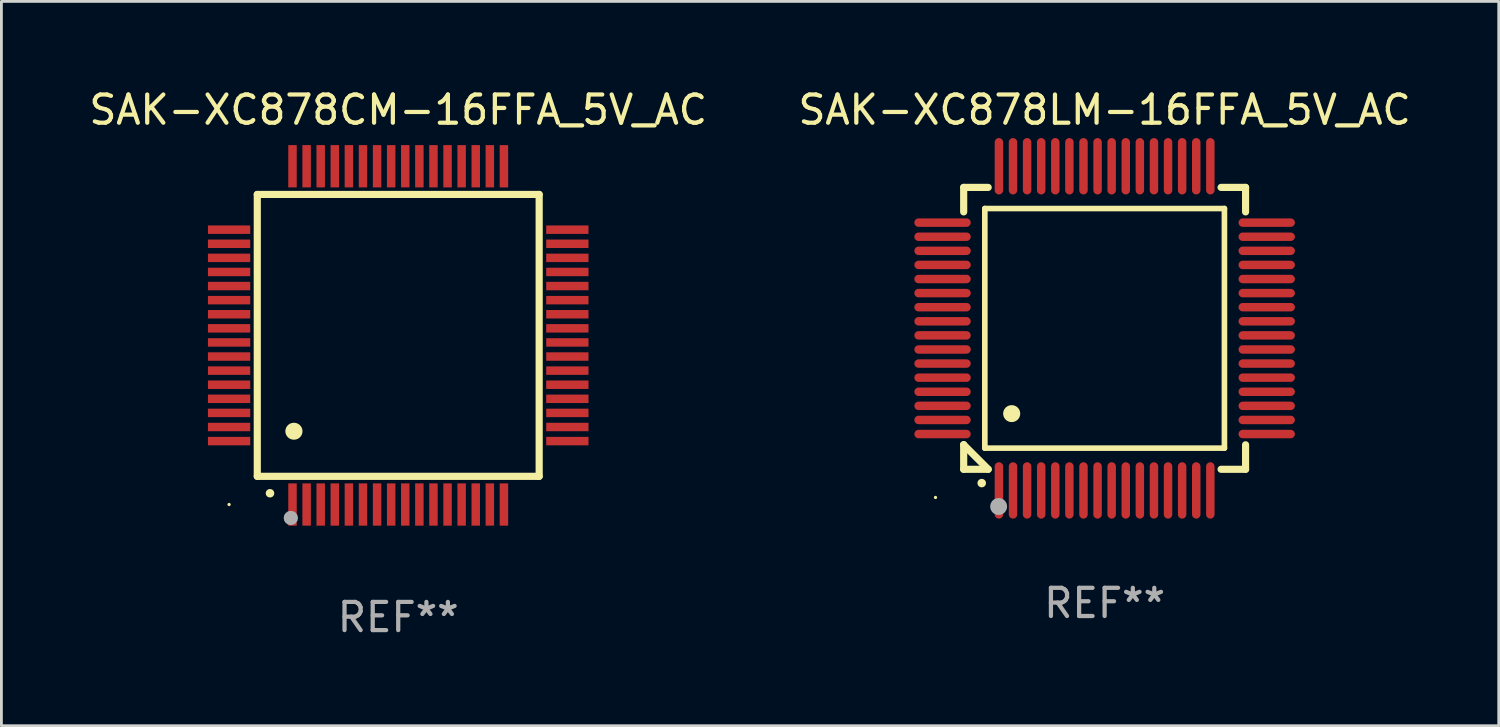
<source format=kicad_pcb>
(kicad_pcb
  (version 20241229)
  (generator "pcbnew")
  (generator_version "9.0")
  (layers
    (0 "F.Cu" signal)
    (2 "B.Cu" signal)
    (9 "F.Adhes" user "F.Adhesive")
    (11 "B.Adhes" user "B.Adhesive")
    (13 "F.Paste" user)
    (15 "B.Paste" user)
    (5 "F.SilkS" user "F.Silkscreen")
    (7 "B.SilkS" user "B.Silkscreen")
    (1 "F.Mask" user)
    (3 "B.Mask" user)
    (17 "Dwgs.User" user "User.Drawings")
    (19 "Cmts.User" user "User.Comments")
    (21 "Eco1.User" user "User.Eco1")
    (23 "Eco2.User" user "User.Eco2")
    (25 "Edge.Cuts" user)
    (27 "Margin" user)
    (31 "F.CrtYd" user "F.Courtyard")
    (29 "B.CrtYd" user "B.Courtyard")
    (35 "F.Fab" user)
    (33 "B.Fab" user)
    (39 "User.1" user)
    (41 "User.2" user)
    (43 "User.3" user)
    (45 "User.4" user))
  (footprint "SAK-XC878CM-16FFA_5V_AC"
    (layer "F.Cu")
    (at 11.077 8.848)
    (property "Reference" "SAK-XC878CM-16FFA_5V_AC" (at 0 -8 0) (layer "F.SilkS") (effects (font (size 1 1) (thickness 0.15))))
    (attr through_hole)
    (fp_line (start -5 -5) (end -5 5) (stroke (width 0.254) (type solid)) (layer "F.SilkS"))
    (fp_line (start -5 -5) (end 5 -5) (stroke (width 0.254) (type solid)) (layer "F.SilkS"))
    (fp_line (start -5 5) (end 5 5) (stroke (width 0.254) (type solid)) (layer "F.SilkS"))
    (fp_line (start 5 -5) (end 5 5) (stroke (width 0.254) (type solid)) (layer "F.SilkS"))
    (fp_arc (start -4.549987 5.6) (mid -4.548717 5.599995) (end -4.547447 5.6) (stroke (width 0.3) (type solid)) (layer "F.SilkS"))
    (fp_arc (start -3.703835 3.400076) (mid -3.700025 3.400052) (end -3.696215 3.400076) (stroke (width 0.6) (type solid)) (layer "F.SilkS"))
    (fp_circle (center -6 6) (end -5.97 6) (stroke (width 0.06) (type solid)) (fill no) (layer "F.SilkS"))
    (fp_circle (center -3.81 6.477) (end -3.683 6.477) (stroke (width 0.254) (type solid)) (fill no) (layer "F.Fab"))
    (fp_text user "REF**" (at 0 10 0) (layer "F.Fab") (effects (font (size 1 1) (thickness 0.15))))
    (pad "1" smd rect (at -3.75 6 180) (size 0.3 1.5) (layers "F.Cu" "F.Mask" "F.Paste"))
    (pad "2" smd rect (at -3.25 6 180) (size 0.3 1.5) (layers "F.Cu" "F.Mask" "F.Paste"))
    (pad "3" smd rect (at -2.75 6 180) (size 0.3 1.5) (layers "F.Cu" "F.Mask" "F.Paste"))
    (pad "4" smd rect (at -2.25 6 180) (size 0.3 1.5) (layers "F.Cu" "F.Mask" "F.Paste"))
    (pad "5" smd rect (at -1.75 6 180) (size 0.3 1.5) (layers "F.Cu" "F.Mask" "F.Paste"))
    (pad "6" smd rect (at -1.25 6 180) (size 0.3 1.5) (layers "F.Cu" "F.Mask" "F.Paste"))
    (pad "7" smd rect (at -0.75 6 180) (size 0.3 1.5) (layers "F.Cu" "F.Mask" "F.Paste"))
    (pad "8" smd rect (at -0.25 6 180) (size 0.3 1.5) (layers "F.Cu" "F.Mask" "F.Paste"))
    (pad "9" smd rect (at 0.25 6 180) (size 0.3 1.5) (layers "F.Cu" "F.Mask" "F.Paste"))
    (pad "10" smd rect (at 0.75 6 180) (size 0.3 1.5) (layers "F.Cu" "F.Mask" "F.Paste"))
    (pad "11" smd rect (at 1.25 6 180) (size 0.3 1.5) (layers "F.Cu" "F.Mask" "F.Paste"))
    (pad "12" smd rect (at 1.75 6 180) (size 0.3 1.5) (layers "F.Cu" "F.Mask" "F.Paste"))
    (pad "13" smd rect (at 2.25 6 180) (size 0.3 1.5) (layers "F.Cu" "F.Mask" "F.Paste"))
    (pad "14" smd rect (at 2.75 6 180) (size 0.3 1.5) (layers "F.Cu" "F.Mask" "F.Paste"))
    (pad "15" smd rect (at 3.25 6 180) (size 0.3 1.5) (layers "F.Cu" "F.Mask" "F.Paste"))
    (pad "16" smd rect (at 3.75 6 180) (size 0.3 1.5) (layers "F.Cu" "F.Mask" "F.Paste"))
    (pad "17" smd rect (at 6 3.75 90) (size 0.3 1.5) (layers "F.Cu" "F.Mask" "F.Paste"))
    (pad "18" smd rect (at 6 3.25 90) (size 0.3 1.5) (layers "F.Cu" "F.Mask" "F.Paste"))
    (pad "19" smd rect (at 6 2.75 90) (size 0.3 1.5) (layers "F.Cu" "F.Mask" "F.Paste"))
    (pad "20" smd rect (at 6 2.25 90) (size 0.3 1.5) (layers "F.Cu" "F.Mask" "F.Paste"))
    (pad "21" smd rect (at 6 1.75 90) (size 0.3 1.5) (layers "F.Cu" "F.Mask" "F.Paste"))
    (pad "22" smd rect (at 6 1.25 90) (size 0.3 1.5) (layers "F.Cu" "F.Mask" "F.Paste"))
    (pad "23" smd rect (at 6 0.75 90) (size 0.3 1.5) (layers "F.Cu" "F.Mask" "F.Paste"))
    (pad "24" smd rect (at 6 0.25 90) (size 0.3 1.5) (layers "F.Cu" "F.Mask" "F.Paste"))
    (pad "25" smd rect (at 6 -0.25 90) (size 0.3 1.5) (layers "F.Cu" "F.Mask" "F.Paste"))
    (pad "26" smd rect (at 6 -0.75 90) (size 0.3 1.5) (layers "F.Cu" "F.Mask" "F.Paste"))
    (pad "27" smd rect (at 6 -1.25 90) (size 0.3 1.5) (layers "F.Cu" "F.Mask" "F.Paste"))
    (pad "28" smd rect (at 6 -1.75 90) (size 0.3 1.5) (layers "F.Cu" "F.Mask" "F.Paste"))
    (pad "29" smd rect (at 6 -2.25 90) (size 0.3 1.5) (layers "F.Cu" "F.Mask" "F.Paste"))
    (pad "30" smd rect (at 6 -2.75 90) (size 0.3 1.5) (layers "F.Cu" "F.Mask" "F.Paste"))
    (pad "31" smd rect (at 6 -3.25 90) (size 0.3 1.5) (layers "F.Cu" "F.Mask" "F.Paste"))
    (pad "32" smd rect (at 6 -3.75 90) (size 0.3 1.5) (layers "F.Cu" "F.Mask" "F.Paste"))
    (pad "33" smd rect (at 3.75 -6 180) (size 0.3 1.5) (layers "F.Cu" "F.Mask" "F.Paste"))
    (pad "34" smd rect (at 3.25 -6 180) (size 0.3 1.5) (layers "F.Cu" "F.Mask" "F.Paste"))
    (pad "35" smd rect (at 2.75 -6 180) (size 0.3 1.5) (layers "F.Cu" "F.Mask" "F.Paste"))
    (pad "36" smd rect (at 2.25 -6 180) (size 0.3 1.5) (layers "F.Cu" "F.Mask" "F.Paste"))
    (pad "37" smd rect (at 1.75 -6 180) (size 0.3 1.5) (layers "F.Cu" "F.Mask" "F.Paste"))
    (pad "38" smd rect (at 1.25 -6 180) (size 0.3 1.5) (layers "F.Cu" "F.Mask" "F.Paste"))
    (pad "39" smd rect (at 0.75 -6 180) (size 0.3 1.5) (layers "F.Cu" "F.Mask" "F.Paste"))
    (pad "40" smd rect (at 0.25 -6 180) (size 0.3 1.5) (layers "F.Cu" "F.Mask" "F.Paste"))
    (pad "41" smd rect (at -0.25 -6 180) (size 0.3 1.5) (layers "F.Cu" "F.Mask" "F.Paste"))
    (pad "42" smd rect (at -0.75 -6 180) (size 0.3 1.5) (layers "F.Cu" "F.Mask" "F.Paste"))
    (pad "43" smd rect (at -1.25 -6 180) (size 0.3 1.5) (layers "F.Cu" "F.Mask" "F.Paste"))
    (pad "44" smd rect (at -1.75 -6 180) (size 0.3 1.5) (layers "F.Cu" "F.Mask" "F.Paste"))
    (pad "45" smd rect (at -2.25 -6 180) (size 0.3 1.5) (layers "F.Cu" "F.Mask" "F.Paste"))
    (pad "46" smd rect (at -2.75 -6 180) (size 0.3 1.5) (layers "F.Cu" "F.Mask" "F.Paste"))
    (pad "47" smd rect (at -3.25 -6 180) (size 0.3 1.5) (layers "F.Cu" "F.Mask" "F.Paste"))
    (pad "48" smd rect (at -3.75 -6 180) (size 0.3 1.5) (layers "F.Cu" "F.Mask" "F.Paste"))
    (pad "49" smd rect (at -6 -3.75 90) (size 0.3 1.5) (layers "F.Cu" "F.Mask" "F.Paste"))
    (pad "50" smd rect (at -6 -3.25 90) (size 0.3 1.5) (layers "F.Cu" "F.Mask" "F.Paste"))
    (pad "51" smd rect (at -6 -2.75 90) (size 0.3 1.5) (layers "F.Cu" "F.Mask" "F.Paste"))
    (pad "52" smd rect (at -6 -2.25 90) (size 0.3 1.5) (layers "F.Cu" "F.Mask" "F.Paste"))
    (pad "53" smd rect (at -6 -1.75 90) (size 0.3 1.5) (layers "F.Cu" "F.Mask" "F.Paste"))
    (pad "54" smd rect (at -6 -1.25 90) (size 0.3 1.5) (layers "F.Cu" "F.Mask" "F.Paste"))
    (pad "55" smd rect (at -6 -0.75 90) (size 0.3 1.5) (layers "F.Cu" "F.Mask" "F.Paste"))
    (pad "56" smd rect (at -6 -0.25 90) (size 0.3 1.5) (layers "F.Cu" "F.Mask" "F.Paste"))
    (pad "57" smd rect (at -6 0.25 90) (size 0.3 1.5) (layers "F.Cu" "F.Mask" "F.Paste"))
    (pad "58" smd rect (at -6 0.75 90) (size 0.3 1.5) (layers "F.Cu" "F.Mask" "F.Paste"))
    (pad "59" smd rect (at -6 1.25 90) (size 0.3 1.5) (layers "F.Cu" "F.Mask" "F.Paste"))
    (pad "60" smd rect (at -6 1.75 90) (size 0.3 1.5) (layers "F.Cu" "F.Mask" "F.Paste"))
    (pad "61" smd rect (at -6 2.25 90) (size 0.3 1.5) (layers "F.Cu" "F.Mask" "F.Paste"))
    (pad "62" smd rect (at -6 2.75 90) (size 0.3 1.5) (layers "F.Cu" "F.Mask" "F.Paste"))
    (pad "63" smd rect (at -6 3.25 90) (size 0.3 1.5) (layers "F.Cu" "F.Mask" "F.Paste"))
    (pad "64" smd rect (at -6 3.75 90) (size 0.3 1.5) (layers "F.Cu" "F.Mask" "F.Paste")))
  (footprint "SAK-XC878LM-16FFA_5V_AC"
    (layer "F.Cu")
    (at 36.137 8.598)
    (property "Reference" "SAK-XC878LM-16FFA_5V_AC" (at 0 -7.75 0) (layer "F.SilkS") (effects (font (size 1 1) (thickness 0.15))))
    (attr through_hole)
    (fp_line (start -5 -5) (end -4.131 -5) (stroke (width 0.254) (type solid)) (layer "F.SilkS"))
    (fp_line (start -5 -4.131) (end -5 -5) (stroke (width 0.254) (type solid)) (layer "F.SilkS"))
    (fp_line (start -5 4.131) (end -5 4.131) (stroke (width 0.254) (type solid)) (layer "F.SilkS"))
    (fp_line (start -5 5) (end -5 4.131) (stroke (width 0.254) (type solid)) (layer "F.SilkS"))
    (fp_line (start -5 4.131) (end -4.131 5) (stroke (width 0.254) (type solid)) (layer "F.SilkS"))
    (fp_line (start -4.25 -4.25) (end -4.25 4.25) (stroke (width 0.2) (type solid)) (layer "F.SilkS"))
    (fp_line (start -4.25 4.25) (end 4.25 4.25) (stroke (width 0.2) (type solid)) (layer "F.SilkS"))
    (fp_line (start -4.131 5) (end -5 5) (stroke (width 0.254) (type solid)) (layer "F.SilkS"))
    (fp_line (start 4.25 -4.25) (end -4.25 -4.25) (stroke (width 0.2) (type solid)) (layer "F.SilkS"))
    (fp_line (start 4.25 4.25) (end 4.25 -4.25) (stroke (width 0.2) (type solid)) (layer "F.SilkS"))
    (fp_line (start 5 -5) (end 4.131 -5) (stroke (width 0.254) (type solid)) (layer "F.SilkS"))
    (fp_line (start 5 -5) (end 5 -4.131) (stroke (width 0.254) (type solid)) (layer "F.SilkS"))
    (fp_line (start 5 4.131) (end 5 5) (stroke (width 0.254) (type solid)) (layer "F.SilkS"))
    (fp_line (start 5 5) (end 4.131 5) (stroke (width 0.254) (type solid)) (layer "F.SilkS"))
    (fp_arc (start -4.361265 5.489992) (mid -4.359995 5.489987) (end -4.358725 5.489992) (stroke (width 0.3) (type solid)) (layer "F.SilkS"))
    (fp_arc (start -3.299467 3.025146) (mid -3.296927 3.025135) (end -3.294387 3.025146) (stroke (width 0.6) (type solid)) (layer "F.SilkS"))
    (fp_circle (center -6 6) (end -5.97 6) (stroke (width 0.06) (type solid)) (fill no) (layer "F.SilkS"))
    (fp_circle (center -3.76 6.32) (end -3.61 6.32) (stroke (width 0.3) (type solid)) (fill no) (layer "F.Fab"))
    (fp_text user "REF**" (at 0 9.75 0) (layer "F.Fab") (effects (font (size 1 1) (thickness 0.15))))
    (pad "1" smd oval (at -3.75 5.75) (size 0.3 2) (layers "F.Cu" "F.Mask" "F.Paste"))
    (pad "2" smd oval (at -3.25 5.75) (size 0.3 2) (layers "F.Cu" "F.Mask" "F.Paste"))
    (pad "3" smd oval (at -2.75 5.75) (size 0.3 2) (layers "F.Cu" "F.Mask" "F.Paste"))
    (pad "4" smd oval (at -2.25 5.75) (size 0.3 2) (layers "F.Cu" "F.Mask" "F.Paste"))
    (pad "5" smd oval (at -1.75 5.75) (size 0.3 2) (layers "F.Cu" "F.Mask" "F.Paste"))
    (pad "6" smd oval (at -1.25 5.75) (size 0.3 2) (layers "F.Cu" "F.Mask" "F.Paste"))
    (pad "7" smd oval (at -0.75 5.75) (size 0.3 2) (layers "F.Cu" "F.Mask" "F.Paste"))
    (pad "8" smd oval (at -0.25 5.75) (size 0.3 2) (layers "F.Cu" "F.Mask" "F.Paste"))
    (pad "9" smd oval (at 0.25 5.75) (size 0.3 2) (layers "F.Cu" "F.Mask" "F.Paste"))
    (pad "10" smd oval (at 0.75 5.75) (size 0.3 2) (layers "F.Cu" "F.Mask" "F.Paste"))
    (pad "11" smd oval (at 1.25 5.75) (size 0.3 2) (layers "F.Cu" "F.Mask" "F.Paste"))
    (pad "12" smd oval (at 1.75 5.75) (size 0.3 2) (layers "F.Cu" "F.Mask" "F.Paste"))
    (pad "13" smd oval (at 2.25 5.75) (size 0.3 2) (layers "F.Cu" "F.Mask" "F.Paste"))
    (pad "14" smd oval (at 2.75 5.75) (size 0.3 2) (layers "F.Cu" "F.Mask" "F.Paste"))
    (pad "15" smd oval (at 3.25 5.75) (size 0.3 2) (layers "F.Cu" "F.Mask" "F.Paste"))
    (pad "16" smd oval (at 3.75 5.75) (size 0.3 2) (layers "F.Cu" "F.Mask" "F.Paste"))
    (pad "17" smd oval (at 5.75 3.75) (size 2 0.3) (layers "F.Cu" "F.Mask" "F.Paste"))
    (pad "18" smd oval (at 5.75 3.25) (size 2 0.3) (layers "F.Cu" "F.Mask" "F.Paste"))
    (pad "19" smd oval (at 5.75 2.75) (size 2 0.3) (layers "F.Cu" "F.Mask" "F.Paste"))
    (pad "20" smd oval (at 5.75 2.25) (size 2 0.3) (layers "F.Cu" "F.Mask" "F.Paste"))
    (pad "21" smd oval (at 5.75 1.75) (size 2 0.3) (layers "F.Cu" "F.Mask" "F.Paste"))
    (pad "22" smd oval (at 5.75 1.25) (size 2 0.3) (layers "F.Cu" "F.Mask" "F.Paste"))
    (pad "23" smd oval (at 5.75 0.75) (size 2 0.3) (layers "F.Cu" "F.Mask" "F.Paste"))
    (pad "24" smd oval (at 5.75 0.25) (size 2 0.3) (layers "F.Cu" "F.Mask" "F.Paste"))
    (pad "25" smd oval (at 5.75 -0.25) (size 2 0.3) (layers "F.Cu" "F.Mask" "F.Paste"))
    (pad "26" smd oval (at 5.75 -0.75) (size 2 0.3) (layers "F.Cu" "F.Mask" "F.Paste"))
    (pad "27" smd oval (at 5.75 -1.25) (size 2 0.3) (layers "F.Cu" "F.Mask" "F.Paste"))
    (pad "28" smd oval (at 5.75 -1.75) (size 2 0.3) (layers "F.Cu" "F.Mask" "F.Paste"))
    (pad "29" smd oval (at 5.75 -2.25) (size 2 0.3) (layers "F.Cu" "F.Mask" "F.Paste"))
    (pad "30" smd oval (at 5.75 -2.75) (size 2 0.3) (layers "F.Cu" "F.Mask" "F.Paste"))
    (pad "31" smd oval (at 5.75 -3.25) (size 2 0.3) (layers "F.Cu" "F.Mask" "F.Paste"))
    (pad "32" smd oval (at 5.75 -3.75) (size 2 0.3) (layers "F.Cu" "F.Mask" "F.Paste"))
    (pad "33" smd oval (at 3.75 -5.75) (size 0.3 2) (layers "F.Cu" "F.Mask" "F.Paste"))
    (pad "34" smd oval (at 3.25 -5.75) (size 0.3 2) (layers "F.Cu" "F.Mask" "F.Paste"))
    (pad "35" smd oval (at 2.75 -5.75) (size 0.3 2) (layers "F.Cu" "F.Mask" "F.Paste"))
    (pad "36" smd oval (at 2.25 -5.75) (size 0.3 2) (layers "F.Cu" "F.Mask" "F.Paste"))
    (pad "37" smd oval (at 1.75 -5.75) (size 0.3 2) (layers "F.Cu" "F.Mask" "F.Paste"))
    (pad "38" smd oval (at 1.25 -5.75) (size 0.3 2) (layers "F.Cu" "F.Mask" "F.Paste"))
    (pad "39" smd oval (at 0.75 -5.75) (size 0.3 2) (layers "F.Cu" "F.Mask" "F.Paste"))
    (pad "40" smd oval (at 0.25 -5.75) (size 0.3 2) (layers "F.Cu" "F.Mask" "F.Paste"))
    (pad "41" smd oval (at -0.25 -5.75) (size 0.3 2) (layers "F.Cu" "F.Mask" "F.Paste"))
    (pad "42" smd oval (at -0.75 -5.75) (size 0.3 2) (layers "F.Cu" "F.Mask" "F.Paste"))
    (pad "43" smd oval (at -1.25 -5.75) (size 0.3 2) (layers "F.Cu" "F.Mask" "F.Paste"))
    (pad "44" smd oval (at -1.75 -5.75) (size 0.3 2) (layers "F.Cu" "F.Mask" "F.Paste"))
    (pad "45" smd oval (at -2.25 -5.75) (size 0.3 2) (layers "F.Cu" "F.Mask" "F.Paste"))
    (pad "46" smd oval (at -2.75 -5.75) (size 0.3 2) (layers "F.Cu" "F.Mask" "F.Paste"))
    (pad "47" smd oval (at -3.25 -5.75) (size 0.3 2) (layers "F.Cu" "F.Mask" "F.Paste"))
    (pad "48" smd oval (at -3.75 -5.75) (size 0.3 2) (layers "F.Cu" "F.Mask" "F.Paste"))
    (pad "49" smd oval (at -5.75 -3.75) (size 2 0.3) (layers "F.Cu" "F.Mask" "F.Paste"))
    (pad "50" smd oval (at -5.75 -3.25) (size 2 0.3) (layers "F.Cu" "F.Mask" "F.Paste"))
    (pad "51" smd oval (at -5.75 -2.75) (size 2 0.3) (layers "F.Cu" "F.Mask" "F.Paste"))
    (pad "52" smd oval (at -5.75 -2.25) (size 2 0.3) (layers "F.Cu" "F.Mask" "F.Paste"))
    (pad "53" smd oval (at -5.75 -1.75) (size 2 0.3) (layers "F.Cu" "F.Mask" "F.Paste"))
    (pad "54" smd oval (at -5.75 -1.25) (size 2 0.3) (layers "F.Cu" "F.Mask" "F.Paste"))
    (pad "55" smd oval (at -5.75 -0.75) (size 2 0.3) (layers "F.Cu" "F.Mask" "F.Paste"))
    (pad "56" smd oval (at -5.75 -0.25) (size 2 0.3) (layers "F.Cu" "F.Mask" "F.Paste"))
    (pad "57" smd oval (at -5.75 0.25) (size 2 0.3) (layers "F.Cu" "F.Mask" "F.Paste"))
    (pad "58" smd oval (at -5.75 0.75) (size 2 0.3) (layers "F.Cu" "F.Mask" "F.Paste"))
    (pad "59" smd oval (at -5.75 1.25) (size 2 0.3) (layers "F.Cu" "F.Mask" "F.Paste"))
    (pad "60" smd oval (at -5.75 1.75) (size 2 0.3) (layers "F.Cu" "F.Mask" "F.Paste"))
    (pad "61" smd oval (at -5.75 2.25) (size 2 0.3) (layers "F.Cu" "F.Mask" "F.Paste"))
    (pad "62" smd oval (at -5.75 2.75) (size 2 0.3) (layers "F.Cu" "F.Mask" "F.Paste"))
    (pad "63" smd oval (at -5.75 3.25) (size 2 0.3) (layers "F.Cu" "F.Mask" "F.Paste"))
    (pad "64" smd oval (at -5.75 3.75) (size 2 0.3) (layers "F.Cu" "F.Mask" "F.Paste")))
  (gr_rect
    (start -3 -3)
    (end 50.119 22.697)
    (stroke (width 0.1) (type default))
    (fill no)
    (layer "Edge.Cuts")))
</source>
